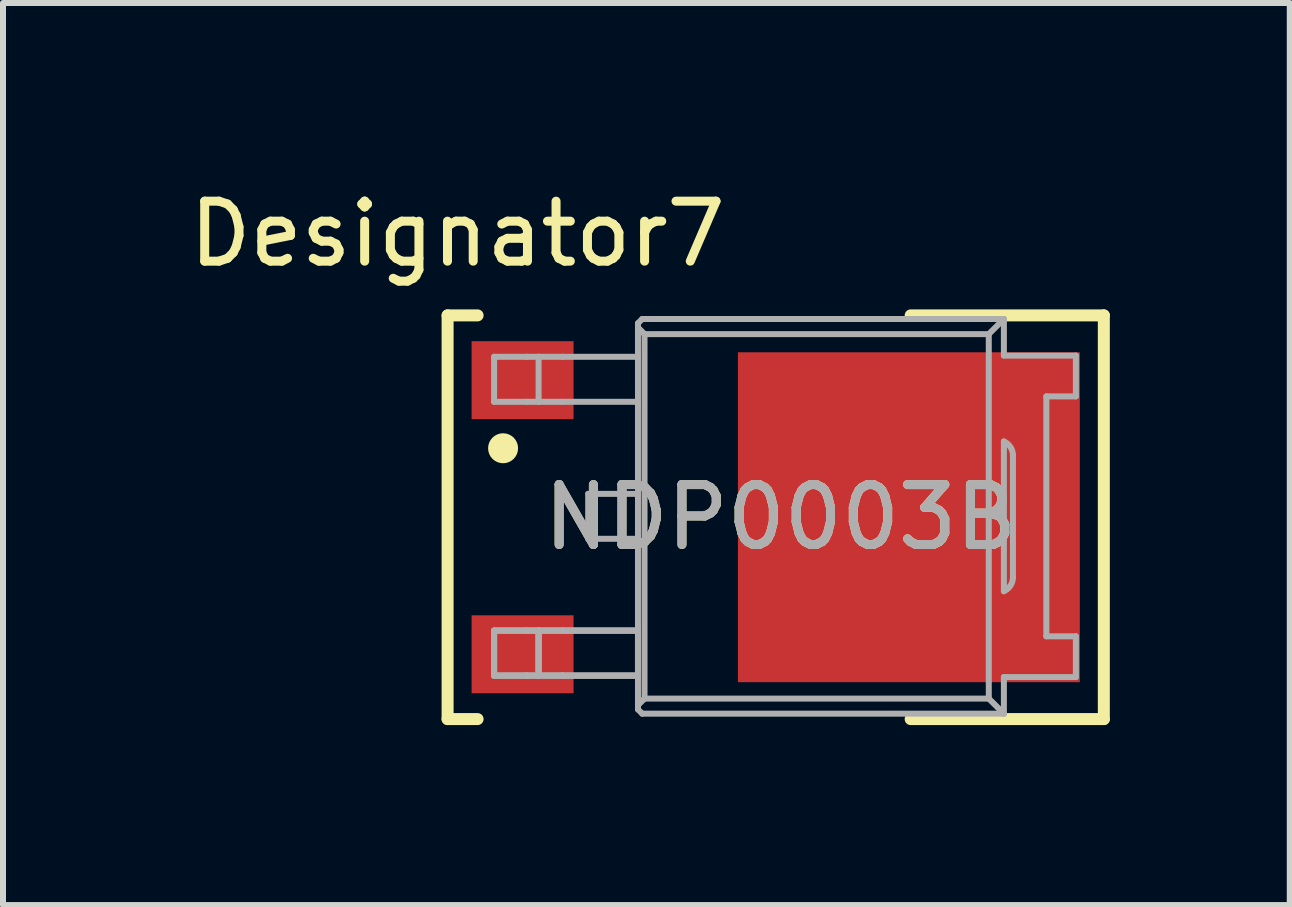
<source format=kicad_pcb>
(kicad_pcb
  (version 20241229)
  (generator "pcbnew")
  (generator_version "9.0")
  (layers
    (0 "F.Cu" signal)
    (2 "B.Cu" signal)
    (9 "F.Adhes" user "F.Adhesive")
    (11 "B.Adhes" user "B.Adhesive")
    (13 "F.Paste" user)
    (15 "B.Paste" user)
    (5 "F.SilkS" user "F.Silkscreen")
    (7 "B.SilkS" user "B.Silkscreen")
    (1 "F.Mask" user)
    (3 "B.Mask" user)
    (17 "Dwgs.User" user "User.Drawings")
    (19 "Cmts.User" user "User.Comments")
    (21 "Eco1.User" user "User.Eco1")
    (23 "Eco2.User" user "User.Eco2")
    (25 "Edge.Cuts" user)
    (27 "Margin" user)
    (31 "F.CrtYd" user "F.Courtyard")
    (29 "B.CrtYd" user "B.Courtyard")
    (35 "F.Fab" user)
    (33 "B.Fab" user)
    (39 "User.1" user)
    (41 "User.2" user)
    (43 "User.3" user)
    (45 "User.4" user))
  (footprint "NDP0003B"
    (layer "F.Cu")
    (at 9.962 5.573)
    (property "Reference" "NDP0003B" (at 0 0 0) (unlocked yes) (layer "F.SilkS") (effects (font (size 1 1) (thickness 0.15))))
    (attr smd)
    (fp_line (start -5.55 -3.365) (end -5.05 -3.365) (stroke (width 0.2) (type solid)) (layer "F.SilkS"))
    (fp_line (start -5.55 3.365) (end -5.55 -3.365) (stroke (width 0.2) (type solid)) (layer "F.SilkS"))
    (fp_line (start -5.55 3.365) (end -5.05 3.365) (stroke (width 0.2) (type solid)) (layer "F.SilkS"))
    (fp_line (start 2.17 -3.365) (end 5.39 -3.365) (stroke (width 0.2) (type solid)) (layer "F.SilkS"))
    (fp_line (start 2.17 3.365) (end 5.39 3.365) (stroke (width 0.2) (type solid)) (layer "F.SilkS"))
    (fp_line (start 5.39 3.365) (end 5.39 -3.365) (stroke (width 0.2) (type solid)) (layer "F.SilkS"))
    (fp_circle (center -4.625 -1.15) (end -4.5 -1.15) (stroke (width 0.25) (type solid)) (fill no) (layer "F.SilkS"))
    (fp_line (start -4.775 -2.675) (end -4.233 -2.675) (stroke (width 0.1) (type solid)) (layer "F.Fab"))
    (fp_line (start -4.775 -1.925) (end -4.775 -2.675) (stroke (width 0.1) (type solid)) (layer "F.Fab"))
    (fp_line (start -4.775 -1.925) (end -4.233 -1.925) (stroke (width 0.1) (type solid)) (layer "F.Fab"))
    (fp_line (start -4.775 1.89) (end -4.233 1.89) (stroke (width 0.1) (type solid)) (layer "F.Fab"))
    (fp_line (start -4.775 1.89) (end -4.233 1.89) (stroke (width 0.1) (type solid)) (layer "F.Fab"))
    (fp_line (start -4.775 1.89) (end -4.233 1.89) (stroke (width 0.1) (type solid)) (layer "F.Fab"))
    (fp_line (start -4.775 2.64) (end -4.775 1.89) (stroke (width 0.1) (type solid)) (layer "F.Fab"))
    (fp_line (start -4.775 2.64) (end -4.775 1.89) (stroke (width 0.1) (type solid)) (layer "F.Fab"))
    (fp_line (start -4.775 2.64) (end -4.775 1.89) (stroke (width 0.1) (type solid)) (layer "F.Fab"))
    (fp_line (start -4.775 2.64) (end -4.233 2.64) (stroke (width 0.1) (type solid)) (layer "F.Fab"))
    (fp_line (start -4.775 2.64) (end -4.233 2.64) (stroke (width 0.1) (type solid)) (layer "F.Fab"))
    (fp_line (start -4.775 2.64) (end -4.233 2.64) (stroke (width 0.1) (type solid)) (layer "F.Fab"))
    (fp_line (start -4.233 -2.675) (end -4.033 -2.675) (stroke (width 0.1) (type solid)) (layer "F.Fab"))
    (fp_line (start -4.233 -1.925) (end -4.033 -1.925) (stroke (width 0.1) (type solid)) (layer "F.Fab"))
    (fp_line (start -4.233 1.89) (end -4.033 1.89) (stroke (width 0.1) (type solid)) (layer "F.Fab"))
    (fp_line (start -4.233 1.89) (end -4.033 1.89) (stroke (width 0.1) (type solid)) (layer "F.Fab"))
    (fp_line (start -4.233 1.89) (end -4.033 1.89) (stroke (width 0.1) (type solid)) (layer "F.Fab"))
    (fp_line (start -4.233 2.64) (end -4.033 2.64) (stroke (width 0.1) (type solid)) (layer "F.Fab"))
    (fp_line (start -4.233 2.64) (end -4.033 2.64) (stroke (width 0.1) (type solid)) (layer "F.Fab"))
    (fp_line (start -4.233 2.64) (end -4.033 2.64) (stroke (width 0.1) (type solid)) (layer "F.Fab"))
    (fp_line (start -4.033 -2.675) (end -3.633 -2.675) (stroke (width 0.1) (type solid)) (layer "F.Fab"))
    (fp_line (start -4.033 -1.925) (end -4.033 -2.675) (stroke (width 0.1) (type solid)) (layer "F.Fab"))
    (fp_line (start -4.033 -1.925) (end -3.633 -1.925) (stroke (width 0.1) (type solid)) (layer "F.Fab"))
    (fp_line (start -4.033 1.89) (end -3.633 1.89) (stroke (width 0.1) (type solid)) (layer "F.Fab"))
    (fp_line (start -4.033 1.89) (end -3.633 1.89) (stroke (width 0.1) (type solid)) (layer "F.Fab"))
    (fp_line (start -4.033 1.89) (end -3.633 1.89) (stroke (width 0.1) (type solid)) (layer "F.Fab"))
    (fp_line (start -4.033 2.64) (end -4.033 1.89) (stroke (width 0.1) (type solid)) (layer "F.Fab"))
    (fp_line (start -4.033 2.64) (end -4.033 1.89) (stroke (width 0.1) (type solid)) (layer "F.Fab"))
    (fp_line (start -4.033 2.64) (end -4.033 1.89) (stroke (width 0.1) (type solid)) (layer "F.Fab"))
    (fp_line (start -4.033 2.64) (end -3.633 2.64) (stroke (width 0.1) (type solid)) (layer "F.Fab"))
    (fp_line (start -4.033 2.64) (end -3.633 2.64) (stroke (width 0.1) (type solid)) (layer "F.Fab"))
    (fp_line (start -4.033 2.64) (end -3.633 2.64) (stroke (width 0.1) (type solid)) (layer "F.Fab"))
    (fp_line (start -3.633 -2.675) (end -2.376 -2.675) (stroke (width 0.1) (type solid)) (layer "F.Fab"))
    (fp_line (start -3.633 -1.925) (end -2.376 -1.925) (stroke (width 0.1) (type solid)) (layer "F.Fab"))
    (fp_line (start -3.633 1.89) (end -2.376 1.89) (stroke (width 0.1) (type solid)) (layer "F.Fab"))
    (fp_line (start -3.633 1.89) (end -2.376 1.89) (stroke (width 0.1) (type solid)) (layer "F.Fab"))
    (fp_line (start -3.633 1.89) (end -2.376 1.89) (stroke (width 0.1) (type solid)) (layer "F.Fab"))
    (fp_line (start -3.633 2.64) (end -2.376 2.64) (stroke (width 0.1) (type solid)) (layer "F.Fab"))
    (fp_line (start -3.633 2.64) (end -2.376 2.64) (stroke (width 0.1) (type solid)) (layer "F.Fab"))
    (fp_line (start -3.633 2.64) (end -2.376 2.64) (stroke (width 0.1) (type solid)) (layer "F.Fab"))
    (fp_line (start -3.206 -0.39) (end -2.376 -0.39) (stroke (width 0.1) (type solid)) (layer "F.Fab"))
    (fp_line (start -3.206 0.36) (end -3.206 -0.39) (stroke (width 0.1) (type solid)) (layer "F.Fab"))
    (fp_line (start -3.206 0.36) (end -2.376 0.36) (stroke (width 0.1) (type solid)) (layer "F.Fab"))
    (fp_line (start -2.376 -3.234) (end -2.305 -3.305) (stroke (width 0.1) (type solid)) (layer "F.Fab"))
    (fp_line (start -2.376 -3.162) (end -2.376 -3.234) (stroke (width 0.1) (type solid)) (layer "F.Fab"))
    (fp_line (start -2.376 -3.162) (end -2.267 -3.053) (stroke (width 0.1) (type solid)) (layer "F.Fab"))
    (fp_line (start -2.376 1.89) (end -2.376 -3.162) (stroke (width 0.1) (type solid)) (layer "F.Fab"))
    (fp_line (start -2.376 2.64) (end -2.376 1.89) (stroke (width 0.1) (type solid)) (layer "F.Fab"))
    (fp_line (start -2.376 2.64) (end -2.376 1.89) (stroke (width 0.1) (type solid)) (layer "F.Fab"))
    (fp_line (start -2.376 2.64) (end -2.376 1.89) (stroke (width 0.1) (type solid)) (layer "F.Fab"))
    (fp_line (start -2.376 3.132) (end -2.376 2.64) (stroke (width 0.1) (type solid)) (layer "F.Fab"))
    (fp_line (start -2.376 3.132) (end -2.267 3.023) (stroke (width 0.1) (type solid)) (layer "F.Fab"))
    (fp_line (start -2.376 3.204) (end -2.376 3.132) (stroke (width 0.1) (type solid)) (layer "F.Fab"))
    (fp_line (start -2.376 3.204) (end -2.305 3.275) (stroke (width 0.1) (type solid)) (layer "F.Fab"))
    (fp_line (start -2.305 -3.305) (end 3.724 -3.305) (stroke (width 0.1) (type solid)) (layer "F.Fab"))
    (fp_line (start -2.305 3.275) (end 3.724 3.275) (stroke (width 0.1) (type solid)) (layer "F.Fab"))
    (fp_line (start -2.267 -3.053) (end 3.472 -3.053) (stroke (width 0.1) (type solid)) (layer "F.Fab"))
    (fp_line (start -2.267 3.023) (end -2.267 -3.053) (stroke (width 0.1) (type solid)) (layer "F.Fab"))
    (fp_line (start -2.267 3.023) (end 3.472 3.023) (stroke (width 0.1) (type solid)) (layer "F.Fab"))
    (fp_line (start 3.472 -3.053) (end 3.724 -3.305) (stroke (width 0.1) (type solid)) (layer "F.Fab"))
    (fp_line (start 3.472 3.023) (end 3.472 -3.053) (stroke (width 0.1) (type solid)) (layer "F.Fab"))
    (fp_line (start 3.472 3.023) (end 3.724 3.275) (stroke (width 0.1) (type solid)) (layer "F.Fab"))
    (fp_line (start 3.724 -2.695) (end 4.924 -2.695) (stroke (width 0.1) (type solid)) (layer "F.Fab"))
    (fp_line (start 3.724 2.665) (end 4.924 2.665) (stroke (width 0.1) (type solid)) (layer "F.Fab"))
    (fp_line (start 3.724 -2.695) (end 3.724 -3.305) (stroke (width 0.1) (type solid)) (layer "F.Fab"))
    (fp_line (start 3.724 1.233) (end 3.724 -1.263) (stroke (width 0.1) (type solid)) (layer "F.Fab"))
    (fp_line (start 3.724 3.275) (end 3.724 2.665) (stroke (width 0.1) (type solid)) (layer "F.Fab"))
    (fp_line (start 3.875 1.001) (end 3.875 -1.031) (stroke (width 0.1) (type solid)) (layer "F.Fab"))
    (fp_line (start 4.432 -2.015) (end 4.924 -2.015) (stroke (width 0.1) (type solid)) (layer "F.Fab"))
    (fp_line (start 4.432 1.985) (end 4.432 -2.015) (stroke (width 0.1) (type solid)) (layer "F.Fab"))
    (fp_line (start 4.432 1.985) (end 4.924 1.985) (stroke (width 0.1) (type solid)) (layer "F.Fab"))
    (fp_line (start 4.924 -2.015) (end 4.924 -2.695) (stroke (width 0.1) (type solid)) (layer "F.Fab"))
    (fp_line (start 4.924 2.665) (end 4.924 1.985) (stroke (width 0.1) (type solid)) (layer "F.Fab"))
    (fp_arc (start 3.723718 -1.263304) (mid 3.833844 -1.169611) (end 3.874999 -1.031001) (stroke (width 0.1) (type solid)) (layer "F.Fab"))
    (fp_arc (start 3.874999 1.000999) (mid 3.833844 1.139609) (end 3.723718 1.233302) (stroke (width 0.1) (type solid)) (layer "F.Fab"))
    (fp_text user "Designator7" (at -5.385 -4.724 0) (unlocked yes) (layer "F.SilkS") (effects (font (size 1 1) (thickness 0.15))))
    (fp_text user "${REFERENCE}" (at 0 0 0) (unlocked yes) (layer "F.Fab") (effects (font (size 1 1) (thickness 0.15))))
    (pad "1" smd rect (at -4.3 -2.285 90) (size 1.3 1.7) (layers "F.Cu" "F.Mask" "F.Paste"))
    (pad "3" smd rect (at -4.3 2.285 90) (size 1.3 1.7) (layers "F.Cu" "F.Mask" "F.Paste"))
    (pad "4" smd rect (at 2.14 0 90) (size 5.5 5.7) (layers "F.Cu" "F.Mask" "F.Paste")))
  (gr_rect
    (start -3 -3)
    (end 18.452 12.038)
    (stroke (width 0.1) (type default))
    (fill no)
    (layer "Edge.Cuts")))
</source>
